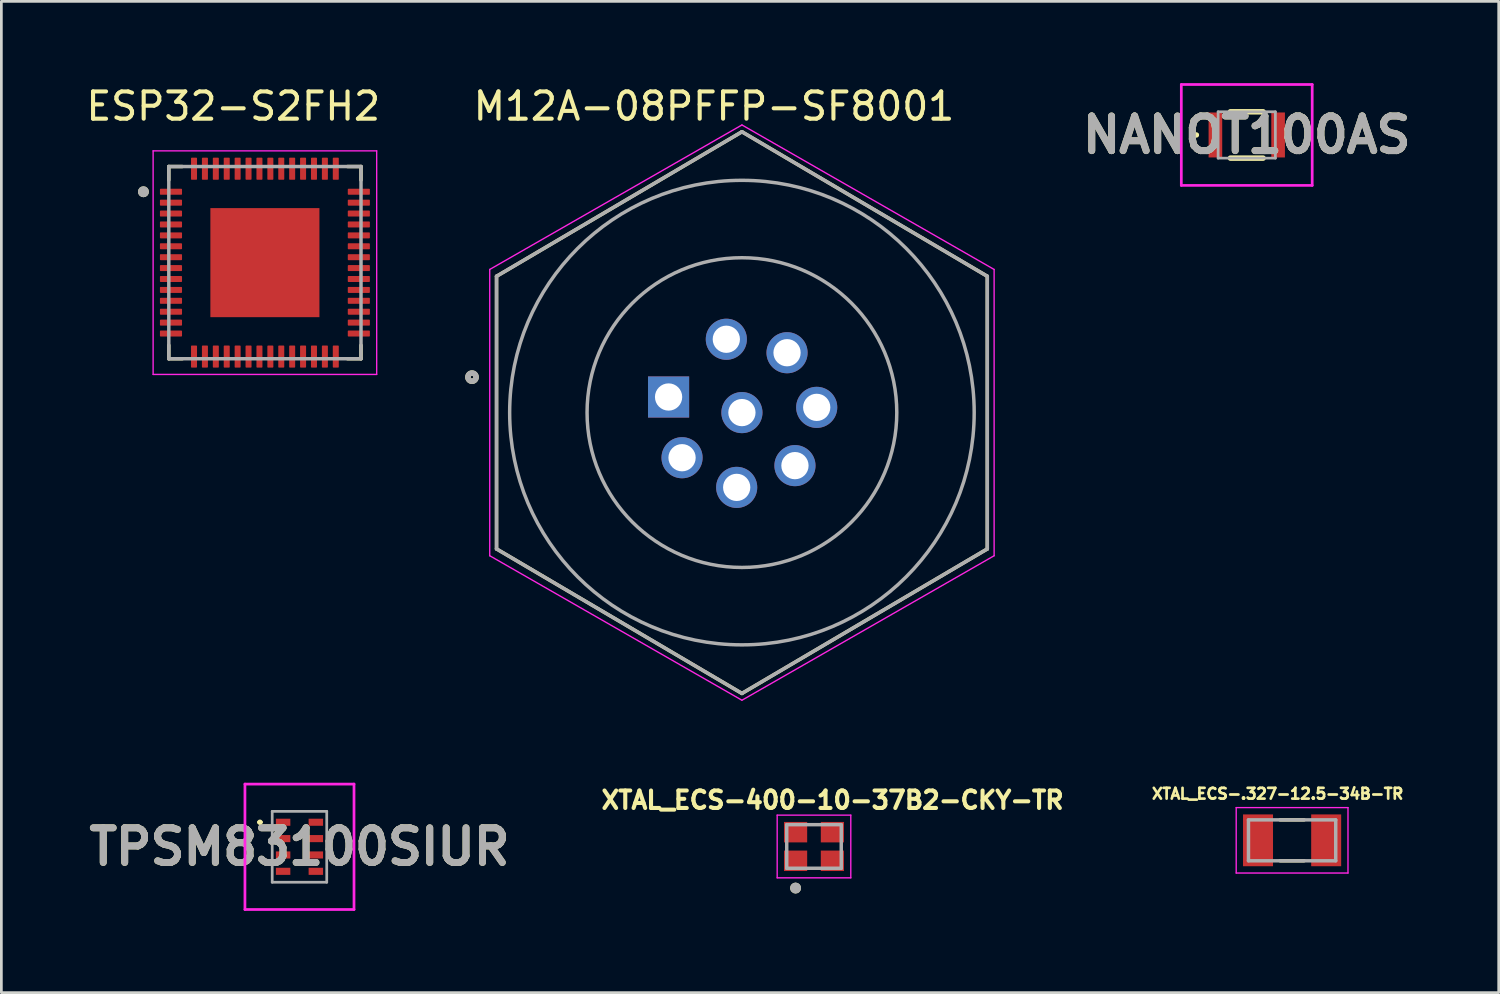
<source format=kicad_pcb>
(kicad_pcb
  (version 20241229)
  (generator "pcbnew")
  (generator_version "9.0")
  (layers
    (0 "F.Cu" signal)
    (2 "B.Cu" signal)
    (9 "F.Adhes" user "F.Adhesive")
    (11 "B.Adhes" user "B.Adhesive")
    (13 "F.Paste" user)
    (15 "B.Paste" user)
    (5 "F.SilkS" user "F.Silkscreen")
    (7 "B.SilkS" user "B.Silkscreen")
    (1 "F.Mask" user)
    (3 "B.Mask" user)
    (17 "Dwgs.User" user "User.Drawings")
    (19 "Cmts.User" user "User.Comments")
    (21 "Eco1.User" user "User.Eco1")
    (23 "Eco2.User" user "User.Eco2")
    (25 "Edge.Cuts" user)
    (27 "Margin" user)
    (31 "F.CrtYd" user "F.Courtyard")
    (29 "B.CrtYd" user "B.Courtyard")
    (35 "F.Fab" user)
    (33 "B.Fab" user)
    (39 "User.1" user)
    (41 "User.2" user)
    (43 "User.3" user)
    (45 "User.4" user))
  (footprint "NANOT100AS"
    (layer "F.Cu")
    (at 42.678 1.9)
    (property "Reference" "NANOT100AS" (at 0 0 0) (layer "F.SilkS") (effects (font (size 1.27 1.27) (thickness 0.254))))
    (attr smd)
    (fp_line (start -1.9 0) (end -1.9 0) (stroke (width 0.1) (type solid)) (layer "F.SilkS"))
    (fp_line (start -1.8 0) (end -1.8 0) (stroke (width 0.1) (type solid)) (layer "F.SilkS"))
    (fp_line (start -0.6 -0.85) (end 0.6 -0.85) (stroke (width 0.2) (type solid)) (layer "F.SilkS"))
    (fp_line (start -0.6 0.85) (end 0.6 0.85) (stroke (width 0.2) (type solid)) (layer "F.SilkS"))
    (fp_arc (start -1.9 0) (mid -1.85 -0.05) (end -1.8 0) (stroke (width 0.1) (type solid)) (layer "F.SilkS"))
    (fp_arc (start -1.8 0) (mid -1.85 0.05) (end -1.9 0) (stroke (width 0.1) (type solid)) (layer "F.SilkS"))
    (fp_line (start -2.4 -1.85) (end 2.4 -1.85) (stroke (width 0.1) (type solid)) (layer "F.CrtYd"))
    (fp_line (start -2.4 1.85) (end -2.4 -1.85) (stroke (width 0.1) (type solid)) (layer "F.CrtYd"))
    (fp_line (start 2.4 -1.85) (end 2.4 1.85) (stroke (width 0.1) (type solid)) (layer "F.CrtYd"))
    (fp_line (start 2.4 1.85) (end -2.4 1.85) (stroke (width 0.1) (type solid)) (layer "F.CrtYd"))
    (fp_line (start -1.05 -0.85) (end 1.05 -0.85) (stroke (width 0.1) (type solid)) (layer "F.Fab"))
    (fp_line (start -1.05 0.85) (end -1.05 -0.85) (stroke (width 0.1) (type solid)) (layer "F.Fab"))
    (fp_line (start 1.05 -0.85) (end 1.05 0.85) (stroke (width 0.1) (type solid)) (layer "F.Fab"))
    (fp_line (start 1.05 0.85) (end -1.05 0.85) (stroke (width 0.1) (type solid)) (layer "F.Fab"))
    (fp_text user "${REFERENCE}" (at 0 0 0) (layer "F.Fab") (effects (font (size 1.27 1.27) (thickness 0.254))))
    (pad "1" smd rect (at -1.15 0) (size 0.5 1.65) (layers "F.Cu" "F.Mask" "F.Paste"))
    (pad "2" smd rect (at 1.15 0) (size 0.5 1.65) (layers "F.Cu" "F.Mask" "F.Paste")))
  (footprint "M12A-08PFFP-SF8001"
    (layer "F.Cu")
    (at 24.162 12.083)
    (property "Reference" "M12A-08PFFP-SF8001" (at -1.025 -11.235 0) (layer "F.SilkS") (effects (font (size 1 1) (thickness 0.15))))
    (attr through_hole)
    (fp_line (start -9 -5) (end -9 5) (stroke (width 0.127) (type solid)) (layer "F.SilkS"))
    (fp_line (start -9 5) (end 0 10.3) (stroke (width 0.127) (type solid)) (layer "F.SilkS"))
    (fp_line (start 0 -10.3) (end -9 -5) (stroke (width 0.127) (type solid)) (layer "F.SilkS"))
    (fp_line (start 0 10.3) (end 9 5) (stroke (width 0.127) (type solid)) (layer "F.SilkS"))
    (fp_line (start 9 -5) (end 0 -10.3) (stroke (width 0.127) (type solid)) (layer "F.SilkS"))
    (fp_line (start 9 5) (end 9 -5) (stroke (width 0.127) (type solid)) (layer "F.SilkS"))
    (fp_circle (center -9.9 -1.3) (end -9.75 -1.3) (stroke (width 0.2) (type solid)) (fill no) (layer "F.SilkS"))
    (fp_line (start -9.25 -5.25) (end 0 -10.55) (stroke (width 0.05) (type solid)) (layer "F.CrtYd"))
    (fp_line (start -9.25 5.25) (end -9.25 -5.25) (stroke (width 0.05) (type solid)) (layer "F.CrtYd"))
    (fp_line (start 0 -10.55) (end 9.25 -5.25) (stroke (width 0.05) (type solid)) (layer "F.CrtYd"))
    (fp_line (start 0 10.55) (end -9.25 5.25) (stroke (width 0.05) (type solid)) (layer "F.CrtYd"))
    (fp_line (start 9.25 -5.25) (end 9.25 5.25) (stroke (width 0.05) (type solid)) (layer "F.CrtYd"))
    (fp_line (start 9.25 5.25) (end 0 10.55) (stroke (width 0.05) (type solid)) (layer "F.CrtYd"))
    (fp_line (start -9 -5) (end -9 5) (stroke (width 0.127) (type solid)) (layer "F.Fab"))
    (fp_line (start -9 5) (end 0 10.3) (stroke (width 0.127) (type solid)) (layer "F.Fab"))
    (fp_line (start 0 -10.3) (end -9 -5) (stroke (width 0.127) (type solid)) (layer "F.Fab"))
    (fp_line (start 0 10.3) (end 9 5) (stroke (width 0.127) (type solid)) (layer "F.Fab"))
    (fp_line (start 9 -5) (end 0 -10.3) (stroke (width 0.127) (type solid)) (layer "F.Fab"))
    (fp_line (start 9 5) (end 9 -5) (stroke (width 0.127) (type solid)) (layer "F.Fab"))
    (fp_circle (center -9.9 -1.3) (end -9.75 -1.3) (stroke (width 0.2) (type solid)) (fill no) (layer "F.Fab"))
    (fp_circle (center 0 0) (end 5.68 0) (stroke (width 0.127) (type solid)) (fill no) (layer "F.Fab"))
    (fp_circle (center 0 0) (end 8.519 0) (stroke (width 0.127) (type solid)) (fill no) (layer "F.Fab"))
    (pad "1" thru_hole rect (at -2.69 -0.572) (size 1.508 1.508) (drill 1) (layers "*.Cu" "*.Mask"))
    (pad "2" thru_hole circle (at -0.572 -2.69) (size 1.508 1.508) (drill 1) (layers "*.Cu" "*.Mask"))
    (pad "3" thru_hole circle (at 1.655 -2.196) (size 1.508 1.508) (drill 1) (layers "*.Cu" "*.Mask"))
    (pad "4" thru_hole circle (at 2.743 -0.192) (size 1.508 1.508) (drill 1) (layers "*.Cu" "*.Mask"))
    (pad "5" thru_hole circle (at 1.945 1.945) (size 1.508 1.508) (drill 1) (layers "*.Cu" "*.Mask"))
    (pad "6" thru_hole circle (at -0.192 2.743) (size 1.508 1.508) (drill 1) (layers "*.Cu" "*.Mask"))
    (pad "7" thru_hole circle (at -2.196 1.655) (size 1.508 1.508) (drill 1) (layers "*.Cu" "*.Mask"))
    (pad "8" thru_hole circle (at 0 0) (size 1.508 1.508) (drill 1) (layers "*.Cu" "*.Mask")))
  (footprint "ESP32-S2FH2"
    (layer "F.Cu")
    (at 6.666 6.583)
    (property "Reference" "ESP32-S2FH2" (at -1.16 -5.735 0) (layer "F.SilkS") (effects (font (size 1 1) (thickness 0.15))))
    (attr smd)
    (fp_line (start -3.525 -3.525) (end -3.525 -3.03) (stroke (width 0.127) (type solid)) (layer "F.SilkS"))
    (fp_line (start -3.525 -3.525) (end -3.03 -3.525) (stroke (width 0.127) (type solid)) (layer "F.SilkS"))
    (fp_line (start -3.525 3.525) (end -3.525 3.03) (stroke (width 0.127) (type solid)) (layer "F.SilkS"))
    (fp_line (start -3.525 3.525) (end -3.03 3.525) (stroke (width 0.127) (type solid)) (layer "F.SilkS"))
    (fp_line (start 3.525 -3.525) (end 3.03 -3.525) (stroke (width 0.127) (type solid)) (layer "F.SilkS"))
    (fp_line (start 3.525 -3.525) (end 3.525 -3.03) (stroke (width 0.127) (type solid)) (layer "F.SilkS"))
    (fp_line (start 3.525 3.525) (end 3.03 3.525) (stroke (width 0.127) (type solid)) (layer "F.SilkS"))
    (fp_line (start 3.525 3.525) (end 3.525 3.03) (stroke (width 0.127) (type solid)) (layer "F.SilkS"))
    (fp_circle (center -4.455 -2.6) (end -4.355 -2.6) (stroke (width 0.2) (type solid)) (fill no) (layer "F.SilkS"))
    (fp_poly (pts (xy -1.63 -1.63) (xy -0.37 -1.63) (xy -0.37 -0.37) (xy -1.63 -0.37)) (stroke (width 0.01) (type solid)) (fill yes) (layer "F.Paste"))
    (fp_poly (pts (xy -1.63 0.37) (xy -0.37 0.37) (xy -0.37 1.63) (xy -1.63 1.63)) (stroke (width 0.01) (type solid)) (fill yes) (layer "F.Paste"))
    (fp_poly (pts (xy 0.37 -1.63) (xy 1.63 -1.63) (xy 1.63 -0.37) (xy 0.37 -0.37)) (stroke (width 0.01) (type solid)) (fill yes) (layer "F.Paste"))
    (fp_poly (pts (xy 0.37 0.37) (xy 1.63 0.37) (xy 1.63 1.63) (xy 0.37 1.63)) (stroke (width 0.01) (type solid)) (fill yes) (layer "F.Paste"))
    (fp_line (start -4.1 -4.1) (end 4.1 -4.1) (stroke (width 0.05) (type solid)) (layer "F.CrtYd"))
    (fp_line (start -4.1 4.1) (end -4.1 -4.1) (stroke (width 0.05) (type solid)) (layer "F.CrtYd"))
    (fp_line (start -4.1 4.1) (end 4.1 4.1) (stroke (width 0.05) (type solid)) (layer "F.CrtYd"))
    (fp_line (start 4.1 4.1) (end 4.1 -4.1) (stroke (width 0.05) (type solid)) (layer "F.CrtYd"))
    (fp_line (start -3.525 3.525) (end -3.525 -3.525) (stroke (width 0.127) (type solid)) (layer "F.Fab"))
    (fp_line (start 3.525 -3.525) (end -3.525 -3.525) (stroke (width 0.127) (type solid)) (layer "F.Fab"))
    (fp_line (start 3.525 3.525) (end -3.525 3.525) (stroke (width 0.127) (type solid)) (layer "F.Fab"))
    (fp_line (start 3.525 3.525) (end 3.525 -3.525) (stroke (width 0.127) (type solid)) (layer "F.Fab"))
    (fp_circle (center -4.455 -2.6) (end -4.355 -2.6) (stroke (width 0.2) (type solid)) (fill no) (layer "F.Fab"))
    (pad "1" smd roundrect (at -3.445 -2.6) (size 0.81 0.22) (layers "F.Cu" "F.Mask" "F.Paste") (roundrect_rratio 0.125))
    (pad "2" smd roundrect (at -3.445 -2.2) (size 0.81 0.22) (layers "F.Cu" "F.Mask" "F.Paste") (roundrect_rratio 0.125))
    (pad "3" smd roundrect (at -3.445 -1.8) (size 0.81 0.22) (layers "F.Cu" "F.Mask" "F.Paste") (roundrect_rratio 0.125))
    (pad "4" smd roundrect (at -3.445 -1.4) (size 0.81 0.22) (layers "F.Cu" "F.Mask" "F.Paste") (roundrect_rratio 0.125))
    (pad "5" smd roundrect (at -3.445 -1) (size 0.81 0.22) (layers "F.Cu" "F.Mask" "F.Paste") (roundrect_rratio 0.125))
    (pad "6" smd roundrect (at -3.445 -0.6) (size 0.81 0.22) (layers "F.Cu" "F.Mask" "F.Paste") (roundrect_rratio 0.125))
    (pad "7" smd roundrect (at -3.445 -0.2) (size 0.81 0.22) (layers "F.Cu" "F.Mask" "F.Paste") (roundrect_rratio 0.125))
    (pad "8" smd roundrect (at -3.445 0.2) (size 0.81 0.22) (layers "F.Cu" "F.Mask" "F.Paste") (roundrect_rratio 0.125))
    (pad "9" smd roundrect (at -3.445 0.6) (size 0.81 0.22) (layers "F.Cu" "F.Mask" "F.Paste") (roundrect_rratio 0.125))
    (pad "10" smd roundrect (at -3.445 1) (size 0.81 0.22) (layers "F.Cu" "F.Mask" "F.Paste") (roundrect_rratio 0.125))
    (pad "11" smd roundrect (at -3.445 1.4) (size 0.81 0.22) (layers "F.Cu" "F.Mask" "F.Paste") (roundrect_rratio 0.125))
    (pad "12" smd roundrect (at -3.445 1.8) (size 0.81 0.22) (layers "F.Cu" "F.Mask" "F.Paste") (roundrect_rratio 0.125))
    (pad "13" smd roundrect (at -3.445 2.2) (size 0.81 0.22) (layers "F.Cu" "F.Mask" "F.Paste") (roundrect_rratio 0.125))
    (pad "14" smd roundrect (at -3.445 2.6) (size 0.81 0.22) (layers "F.Cu" "F.Mask" "F.Paste") (roundrect_rratio 0.125))
    (pad "15" smd roundrect (at -2.6 3.445) (size 0.22 0.81) (layers "F.Cu" "F.Mask" "F.Paste") (roundrect_rratio 0.125))
    (pad "16" smd roundrect (at -2.2 3.445) (size 0.22 0.81) (layers "F.Cu" "F.Mask" "F.Paste") (roundrect_rratio 0.125))
    (pad "17" smd roundrect (at -1.8 3.445) (size 0.22 0.81) (layers "F.Cu" "F.Mask" "F.Paste") (roundrect_rratio 0.125))
    (pad "18" smd roundrect (at -1.4 3.445) (size 0.22 0.81) (layers "F.Cu" "F.Mask" "F.Paste") (roundrect_rratio 0.125))
    (pad "19" smd roundrect (at -1 3.445) (size 0.22 0.81) (layers "F.Cu" "F.Mask" "F.Paste") (roundrect_rratio 0.125))
    (pad "20" smd roundrect (at -0.6 3.445) (size 0.22 0.81) (layers "F.Cu" "F.Mask" "F.Paste") (roundrect_rratio 0.125))
    (pad "21" smd roundrect (at -0.2 3.445) (size 0.22 0.81) (layers "F.Cu" "F.Mask" "F.Paste") (roundrect_rratio 0.125))
    (pad "22" smd roundrect (at 0.2 3.445) (size 0.22 0.81) (layers "F.Cu" "F.Mask" "F.Paste") (roundrect_rratio 0.125))
    (pad "23" smd roundrect (at 0.6 3.445) (size 0.22 0.81) (layers "F.Cu" "F.Mask" "F.Paste") (roundrect_rratio 0.125))
    (pad "24" smd roundrect (at 1 3.445) (size 0.22 0.81) (layers "F.Cu" "F.Mask" "F.Paste") (roundrect_rratio 0.125))
    (pad "25" smd roundrect (at 1.4 3.445) (size 0.22 0.81) (layers "F.Cu" "F.Mask" "F.Paste") (roundrect_rratio 0.125))
    (pad "26" smd roundrect (at 1.8 3.445) (size 0.22 0.81) (layers "F.Cu" "F.Mask" "F.Paste") (roundrect_rratio 0.125))
    (pad "27" smd roundrect (at 2.2 3.445) (size 0.22 0.81) (layers "F.Cu" "F.Mask" "F.Paste") (roundrect_rratio 0.125))
    (pad "28" smd roundrect (at 2.6 3.445) (size 0.22 0.81) (layers "F.Cu" "F.Mask" "F.Paste") (roundrect_rratio 0.125))
    (pad "29" smd roundrect (at 3.445 2.6) (size 0.81 0.22) (layers "F.Cu" "F.Mask" "F.Paste") (roundrect_rratio 0.125))
    (pad "30" smd roundrect (at 3.445 2.2) (size 0.81 0.22) (layers "F.Cu" "F.Mask" "F.Paste") (roundrect_rratio 0.125))
    (pad "31" smd roundrect (at 3.445 1.8) (size 0.81 0.22) (layers "F.Cu" "F.Mask" "F.Paste") (roundrect_rratio 0.125))
    (pad "32" smd roundrect (at 3.445 1.4) (size 0.81 0.22) (layers "F.Cu" "F.Mask" "F.Paste") (roundrect_rratio 0.125))
    (pad "33" smd roundrect (at 3.445 1) (size 0.81 0.22) (layers "F.Cu" "F.Mask" "F.Paste") (roundrect_rratio 0.125))
    (pad "34" smd roundrect (at 3.445 0.6) (size 0.81 0.22) (layers "F.Cu" "F.Mask" "F.Paste") (roundrect_rratio 0.125))
    (pad "35" smd roundrect (at 3.445 0.2) (size 0.81 0.22) (layers "F.Cu" "F.Mask" "F.Paste") (roundrect_rratio 0.125))
    (pad "36" smd roundrect (at 3.445 -0.2) (size 0.81 0.22) (layers "F.Cu" "F.Mask" "F.Paste") (roundrect_rratio 0.125))
    (pad "37" smd roundrect (at 3.445 -0.6) (size 0.81 0.22) (layers "F.Cu" "F.Mask" "F.Paste") (roundrect_rratio 0.125))
    (pad "38" smd roundrect (at 3.445 -1) (size 0.81 0.22) (layers "F.Cu" "F.Mask" "F.Paste") (roundrect_rratio 0.125))
    (pad "39" smd roundrect (at 3.445 -1.4) (size 0.81 0.22) (layers "F.Cu" "F.Mask" "F.Paste") (roundrect_rratio 0.125))
    (pad "40" smd roundrect (at 3.445 -1.8) (size 0.81 0.22) (layers "F.Cu" "F.Mask" "F.Paste") (roundrect_rratio 0.125))
    (pad "41" smd roundrect (at 3.445 -2.2) (size 0.81 0.22) (layers "F.Cu" "F.Mask" "F.Paste") (roundrect_rratio 0.125))
    (pad "42" smd roundrect (at 3.445 -2.6) (size 0.81 0.22) (layers "F.Cu" "F.Mask" "F.Paste") (roundrect_rratio 0.125))
    (pad "43" smd roundrect (at 2.6 -3.445) (size 0.22 0.81) (layers "F.Cu" "F.Mask" "F.Paste") (roundrect_rratio 0.125))
    (pad "44" smd roundrect (at 2.2 -3.445) (size 0.22 0.81) (layers "F.Cu" "F.Mask" "F.Paste") (roundrect_rratio 0.125))
    (pad "45" smd roundrect (at 1.8 -3.445) (size 0.22 0.81) (layers "F.Cu" "F.Mask" "F.Paste") (roundrect_rratio 0.125))
    (pad "46" smd roundrect (at 1.4 -3.445) (size 0.22 0.81) (layers "F.Cu" "F.Mask" "F.Paste") (roundrect_rratio 0.125))
    (pad "47" smd roundrect (at 1 -3.445) (size 0.22 0.81) (layers "F.Cu" "F.Mask" "F.Paste") (roundrect_rratio 0.125))
    (pad "48" smd roundrect (at 0.6 -3.445) (size 0.22 0.81) (layers "F.Cu" "F.Mask" "F.Paste") (roundrect_rratio 0.125))
    (pad "49" smd roundrect (at 0.2 -3.445) (size 0.22 0.81) (layers "F.Cu" "F.Mask" "F.Paste") (roundrect_rratio 0.125))
    (pad "50" smd roundrect (at -0.2 -3.445) (size 0.22 0.81) (layers "F.Cu" "F.Mask" "F.Paste") (roundrect_rratio 0.125))
    (pad "51" smd roundrect (at -0.6 -3.445) (size 0.22 0.81) (layers "F.Cu" "F.Mask" "F.Paste") (roundrect_rratio 0.125))
    (pad "52" smd roundrect (at -1 -3.445) (size 0.22 0.81) (layers "F.Cu" "F.Mask" "F.Paste") (roundrect_rratio 0.125))
    (pad "53" smd roundrect (at -1.4 -3.445) (size 0.22 0.81) (layers "F.Cu" "F.Mask" "F.Paste") (roundrect_rratio 0.125))
    (pad "54" smd roundrect (at -1.8 -3.445) (size 0.22 0.81) (layers "F.Cu" "F.Mask" "F.Paste") (roundrect_rratio 0.125))
    (pad "55" smd roundrect (at -2.2 -3.445) (size 0.22 0.81) (layers "F.Cu" "F.Mask" "F.Paste") (roundrect_rratio 0.125))
    (pad "56" smd roundrect (at -2.6 -3.445) (size 0.22 0.81) (layers "F.Cu" "F.Mask" "F.Paste") (roundrect_rratio 0.125))
    (pad "57" smd rect (at 0 0) (size 4 4) (layers "F.Cu" "F.Mask")))
  (footprint "XTAL_ECS-.327-12.5-34B-TR"
    (layer "F.Cu")
    (at 44.341 27.771)
    (property "Reference" "XTAL_ECS-.327-12.5-34B-TR" (at -0.53 -1.708 0) (layer "F.SilkS") (effects (font (size 0.395 0.395) (thickness 0.099))))
    (attr smd)
    (fp_line (start -0.44 -0.75) (end 0.44 -0.75) (stroke (width 0.127) (type solid)) (layer "F.SilkS"))
    (fp_line (start -0.44 0.75) (end 0.44 0.75) (stroke (width 0.127) (type solid)) (layer "F.SilkS"))
    (fp_line (start -2.05 -1.2) (end 2.05 -1.2) (stroke (width 0.05) (type solid)) (layer "F.CrtYd"))
    (fp_line (start -2.05 1.2) (end -2.05 -1.2) (stroke (width 0.05) (type solid)) (layer "F.CrtYd"))
    (fp_line (start 2.05 -1.2) (end 2.05 1.2) (stroke (width 0.05) (type solid)) (layer "F.CrtYd"))
    (fp_line (start 2.05 1.2) (end -2.05 1.2) (stroke (width 0.05) (type solid)) (layer "F.CrtYd"))
    (fp_line (start -1.6 -0.75) (end -1.6 0.75) (stroke (width 0.127) (type solid)) (layer "F.Fab"))
    (fp_line (start -1.6 0.75) (end 1.6 0.75) (stroke (width 0.127) (type solid)) (layer "F.Fab"))
    (fp_line (start 1.6 -0.75) (end -1.6 -0.75) (stroke (width 0.127) (type solid)) (layer "F.Fab"))
    (fp_line (start 1.6 0.75) (end 1.6 -0.75) (stroke (width 0.127) (type solid)) (layer "F.Fab"))
    (pad "1" smd rect (at -1.25 0) (size 1.1 1.9) (layers "F.Cu" "F.Mask" "F.Paste"))
    (pad "2" smd rect (at 1.25 0) (size 1.1 1.9) (layers "F.Cu" "F.Mask" "F.Paste")))
  (footprint "XTAL_ECS-400-10-37B2-CKY-TR"
    (layer "F.Cu")
    (at 26.805 27.997)
    (property "Reference" "XTAL_ECS-400-10-37B2-CKY-TR" (at 0.682 -1.701 0) (layer "F.SilkS") (effects (font (size 0.64 0.64) (thickness 0.15))))
    (attr smd)
    (fp_circle (center -0.675 1.525) (end -0.575 1.525) (stroke (width 0.2) (type solid)) (fill no) (layer "F.SilkS"))
    (fp_line (start -1.35 -1.15) (end -1.35 1.15) (stroke (width 0.05) (type solid)) (layer "F.CrtYd"))
    (fp_line (start -1.35 1.15) (end 1.35 1.15) (stroke (width 0.05) (type solid)) (layer "F.CrtYd"))
    (fp_line (start 1.35 -1.15) (end -1.35 -1.15) (stroke (width 0.05) (type solid)) (layer "F.CrtYd"))
    (fp_line (start 1.35 1.15) (end 1.35 -1.15) (stroke (width 0.05) (type solid)) (layer "F.CrtYd"))
    (fp_line (start -1 -0.8) (end 1 -0.8) (stroke (width 0.127) (type solid)) (layer "F.Fab"))
    (fp_line (start -1 0.8) (end -1 -0.8) (stroke (width 0.127) (type solid)) (layer "F.Fab"))
    (fp_line (start 1 -0.8) (end 1 0.8) (stroke (width 0.127) (type solid)) (layer "F.Fab"))
    (fp_line (start 1 0.8) (end -1 0.8) (stroke (width 0.127) (type solid)) (layer "F.Fab"))
    (fp_circle (center -0.675 1.525) (end -0.575 1.525) (stroke (width 0.2) (type solid)) (fill no) (layer "F.Fab"))
    (pad "1" smd rect (at -0.675 0.525) (size 0.85 0.75) (layers "F.Cu" "F.Mask" "F.Paste"))
    (pad "2" smd rect (at 0.675 0.525) (size 0.85 0.75) (layers "F.Cu" "F.Mask" "F.Paste"))
    (pad "3" smd rect (at 0.675 -0.525) (size 0.85 0.75) (layers "F.Cu" "F.Mask" "F.Paste"))
    (pad "4" smd rect (at -0.675 -0.525) (size 0.85 0.75) (layers "F.Cu" "F.Mask" "F.Paste")))
  (footprint "TPSM83100SIUR"
    (layer "F.Cu")
    (at 7.934 28.008)
    (property "Reference" "TPSM83100SIUR" (at 0 0 0) (layer "F.SilkS") (effects (font (size 1.27 1.27) (thickness 0.254))))
    (attr smd)
    (fp_line (start -1.5 -0.9) (end -1.5 -0.9) (stroke (width 0.1) (type solid)) (layer "F.SilkS"))
    (fp_line (start -1.4 -0.9) (end -1.4 -0.9) (stroke (width 0.1) (type solid)) (layer "F.SilkS"))
    (fp_arc (start -1.5 -0.9) (mid -1.45 -0.95) (end -1.4 -0.9) (stroke (width 0.1) (type solid)) (layer "F.SilkS"))
    (fp_arc (start -1.4 -0.9) (mid -1.45 -0.85) (end -1.5 -0.9) (stroke (width 0.1) (type solid)) (layer "F.SilkS"))
    (fp_line (start -2 -2.3) (end 2 -2.3) (stroke (width 0.1) (type solid)) (layer "F.CrtYd"))
    (fp_line (start -2 2.3) (end -2 -2.3) (stroke (width 0.1) (type solid)) (layer "F.CrtYd"))
    (fp_line (start 2 -2.3) (end 2 2.3) (stroke (width 0.1) (type solid)) (layer "F.CrtYd"))
    (fp_line (start 2 2.3) (end -2 2.3) (stroke (width 0.1) (type solid)) (layer "F.CrtYd"))
    (fp_line (start -1 -1.3) (end -1 1.3) (stroke (width 0.1) (type solid)) (layer "F.Fab"))
    (fp_line (start -1 1.3) (end 1 1.3) (stroke (width 0.1) (type solid)) (layer "F.Fab"))
    (fp_line (start 1 -1.3) (end -1 -1.3) (stroke (width 0.1) (type solid)) (layer "F.Fab"))
    (fp_line (start 1 1.3) (end 1 -1.3) (stroke (width 0.1) (type solid)) (layer "F.Fab"))
    (fp_text user "${REFERENCE}" (at 0 0 0) (layer "F.Fab") (effects (font (size 1.27 1.27) (thickness 0.254))))
    (pad "1" smd rect (at -0.6 -0.9 90) (size 0.26 0.53) (layers "F.Cu" "F.Mask" "F.Paste"))
    (pad "2" smd rect (at -0.6 -0.3 90) (size 0.26 0.53) (layers "F.Cu" "F.Mask" "F.Paste"))
    (pad "3" smd rect (at -0.6 0.3 90) (size 0.26 0.53) (layers "F.Cu" "F.Mask" "F.Paste"))
    (pad "4" smd rect (at -0.6 0.9 90) (size 0.26 0.53) (layers "F.Cu" "F.Mask" "F.Paste"))
    (pad "5" smd rect (at 0.6 0.9 90) (size 0.26 0.53) (layers "F.Cu" "F.Mask" "F.Paste"))
    (pad "6" smd rect (at 0.6 0.3 90) (size 0.26 0.53) (layers "F.Cu" "F.Mask" "F.Paste"))
    (pad "7" smd rect (at 0.6 -0.3 90) (size 0.26 0.53) (layers "F.Cu" "F.Mask" "F.Paste"))
    (pad "8" smd rect (at 0.6 -0.9 90) (size 0.26 0.53) (layers "F.Cu" "F.Mask" "F.Paste")))
  (gr_rect
    (start -3 -3)
    (end 51.919 33.358)
    (stroke (width 0.1) (type default))
    (fill no)
    (layer "Edge.Cuts")))
</source>
